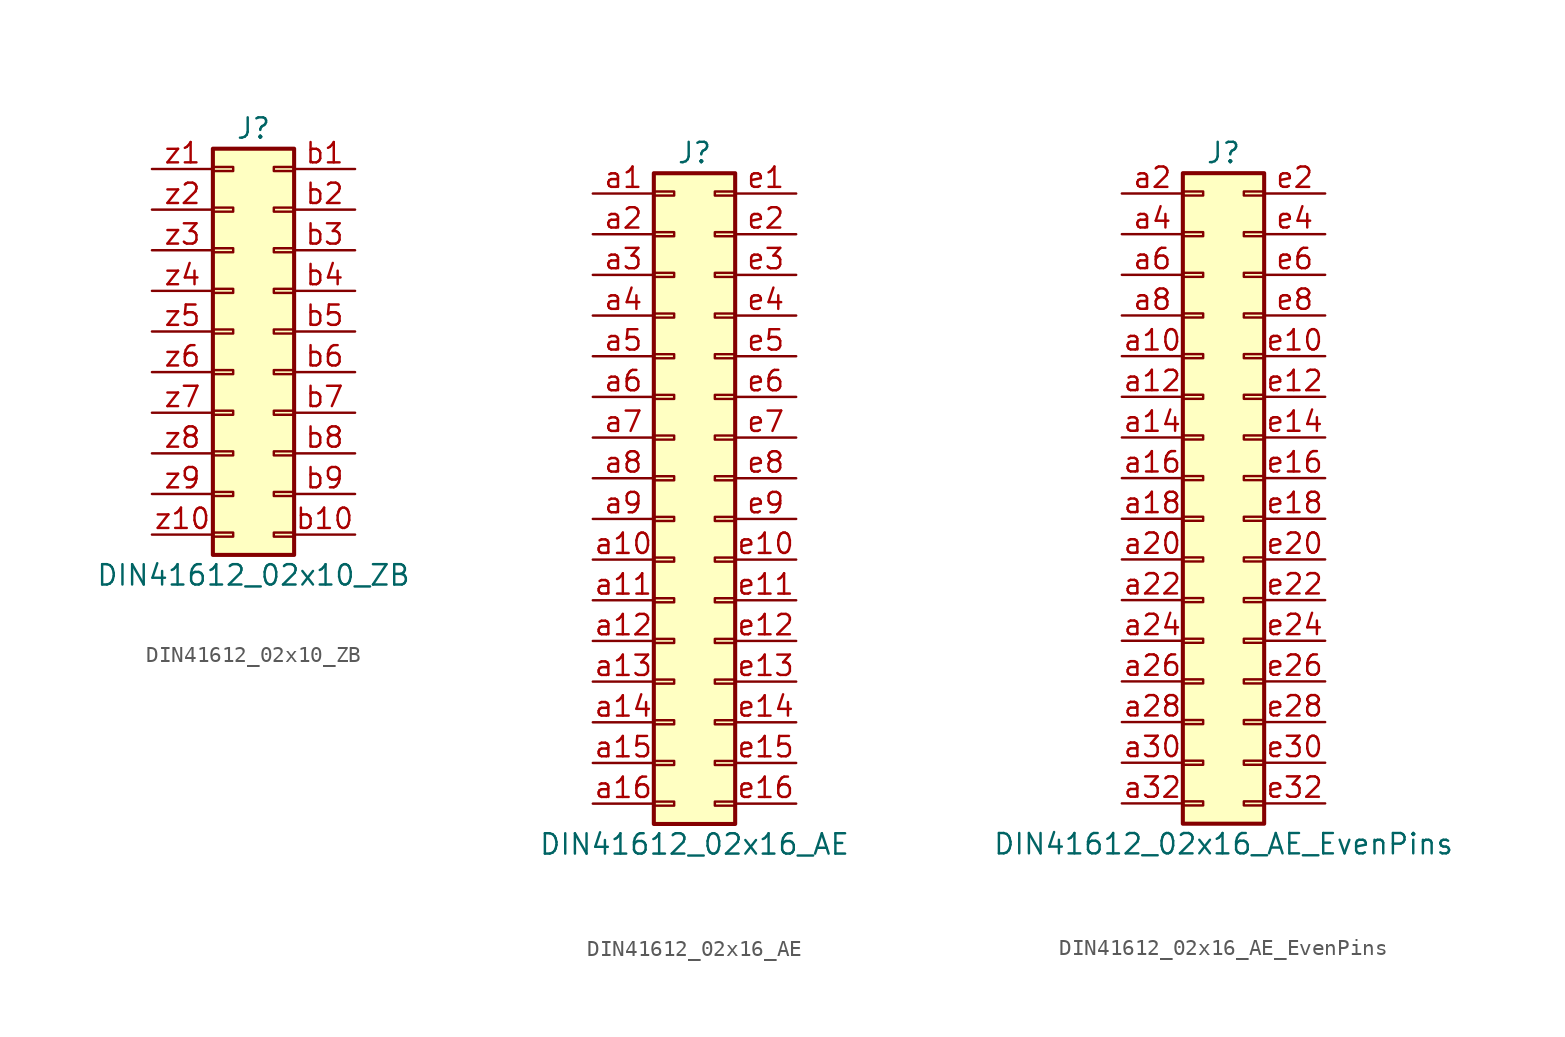
<source format=kicad_sym>
(kicad_symbol_lib
  (version 20211014)
  (generator kicad_symbol_editor)
  (symbol "DIN41612_02x10_ZB"
    (pin_names
      (offset 1.016) hide)
    (property "Reference" "J"
      (at 1.27 12.7 0)
      (effects (font (size 1.27 1.27))))
    (property "Value" "DIN41612_02x10_ZB"
      (at 1.27 -15.24 0)
      (effects (font (size 1.27 1.27))))
    (symbol "DIN41612_02x10_ZB_1_1"
      (rectangle (start -1.27 -12.573) (end 0 -12.827) (stroke (width 0.152) (type default) (color 0 0 0 0)) (fill (type none)))
      (rectangle (start -1.27 -10.033) (end 0 -10.287) (stroke (width 0.152) (type default) (color 0 0 0 0)) (fill (type none)))
      (rectangle (start -1.27 -7.493) (end 0 -7.747) (stroke (width 0.152) (type default) (color 0 0 0 0)) (fill (type none)))
      (rectangle (start -1.27 -4.953) (end 0 -5.207) (stroke (width 0.152) (type default) (color 0 0 0 0)) (fill (type none)))
      (rectangle (start -1.27 -2.413) (end 0 -2.667) (stroke (width 0.152) (type default) (color 0 0 0 0)) (fill (type none)))
      (rectangle (start -1.27 0.127) (end 0 -0.127) (stroke (width 0.152) (type default) (color 0 0 0 0)) (fill (type none)))
      (rectangle (start -1.27 2.667) (end 0 2.413) (stroke (width 0.152) (type default) (color 0 0 0 0)) (fill (type none)))
      (rectangle (start -1.27 5.207) (end 0 4.953) (stroke (width 0.152) (type default) (color 0 0 0 0)) (fill (type none)))
      (rectangle (start -1.27 7.747) (end 0 7.493) (stroke (width 0.152) (type default) (color 0 0 0 0)) (fill (type none)))
      (rectangle (start -1.27 10.287) (end 0 10.033) (stroke (width 0.152) (type default) (color 0 0 0 0)) (fill (type none)))
      (rectangle (start -1.27 11.43) (end 3.81 -13.97) (stroke (width 0.254) (type default) (color 0 0 0 0)) (fill (type background)))
      (rectangle (start 3.81 -12.573) (end 2.54 -12.827) (stroke (width 0.152) (type default) (color 0 0 0 0)) (fill (type none)))
      (rectangle (start 3.81 -10.033) (end 2.54 -10.287) (stroke (width 0.152) (type default) (color 0 0 0 0)) (fill (type none)))
      (rectangle (start 3.81 -7.493) (end 2.54 -7.747) (stroke (width 0.152) (type default) (color 0 0 0 0)) (fill (type none)))
      (rectangle (start 3.81 -4.953) (end 2.54 -5.207) (stroke (width 0.152) (type default) (color 0 0 0 0)) (fill (type none)))
      (rectangle (start 3.81 -2.413) (end 2.54 -2.667) (stroke (width 0.152) (type default) (color 0 0 0 0)) (fill (type none)))
      (rectangle (start 3.81 0.127) (end 2.54 -0.127) (stroke (width 0.152) (type default) (color 0 0 0 0)) (fill (type none)))
      (rectangle (start 3.81 2.667) (end 2.54 2.413) (stroke (width 0.152) (type default) (color 0 0 0 0)) (fill (type none)))
      (rectangle (start 3.81 5.207) (end 2.54 4.953) (stroke (width 0.152) (type default) (color 0 0 0 0)) (fill (type none)))
      (rectangle (start 3.81 7.747) (end 2.54 7.493) (stroke (width 0.152) (type default) (color 0 0 0 0)) (fill (type none)))
      (rectangle (start 3.81 10.287) (end 2.54 10.033) (stroke (width 0.152) (type default) (color 0 0 0 0)) (fill (type none)))
      (pin passive line (at 7.62 10.16 180) (length 3.81) (name "Pin_b1" (effects (font (size 1.27 1.27)))) (number "b1" (effects (font (size 1.27 1.27)))))
      (pin passive line (at 7.62 -12.7 180) (length 3.81) (name "Pin_b10" (effects (font (size 1.27 1.27)))) (number "b10" (effects (font (size 1.27 1.27)))))
      (pin passive line (at 7.62 7.62 180) (length 3.81) (name "Pin_b2" (effects (font (size 1.27 1.27)))) (number "b2" (effects (font (size 1.27 1.27)))))
      (pin passive line (at 7.62 5.08 180) (length 3.81) (name "Pin_b3" (effects (font (size 1.27 1.27)))) (number "b3" (effects (font (size 1.27 1.27)))))
      (pin passive line (at 7.62 2.54 180) (length 3.81) (name "Pin_b4" (effects (font (size 1.27 1.27)))) (number "b4" (effects (font (size 1.27 1.27)))))
      (pin passive line (at 7.62 0 180) (length 3.81) (name "Pin_b5" (effects (font (size 1.27 1.27)))) (number "b5" (effects (font (size 1.27 1.27)))))
      (pin passive line (at 7.62 -2.54 180) (length 3.81) (name "Pin_b6" (effects (font (size 1.27 1.27)))) (number "b6" (effects (font (size 1.27 1.27)))))
      (pin passive line (at 7.62 -5.08 180) (length 3.81) (name "Pin_b7" (effects (font (size 1.27 1.27)))) (number "b7" (effects (font (size 1.27 1.27)))))
      (pin passive line (at 7.62 -7.62 180) (length 3.81) (name "Pin_b8" (effects (font (size 1.27 1.27)))) (number "b8" (effects (font (size 1.27 1.27)))))
      (pin passive line (at 7.62 -10.16 180) (length 3.81) (name "Pin_b9" (effects (font (size 1.27 1.27)))) (number "b9" (effects (font (size 1.27 1.27)))))
      (pin passive line (at -5.08 10.16 0) (length 3.81) (name "Pin_z1" (effects (font (size 1.27 1.27)))) (number "z1" (effects (font (size 1.27 1.27)))))
      (pin passive line (at -5.08 -12.7 0) (length 3.81) (name "Pin_z10" (effects (font (size 1.27 1.27)))) (number "z10" (effects (font (size 1.27 1.27)))))
      (pin passive line (at -5.08 7.62 0) (length 3.81) (name "Pin_z2" (effects (font (size 1.27 1.27)))) (number "z2" (effects (font (size 1.27 1.27)))))
      (pin passive line (at -5.08 5.08 0) (length 3.81) (name "Pin_z3" (effects (font (size 1.27 1.27)))) (number "z3" (effects (font (size 1.27 1.27)))))
      (pin passive line (at -5.08 2.54 0) (length 3.81) (name "Pin_z4" (effects (font (size 1.27 1.27)))) (number "z4" (effects (font (size 1.27 1.27)))))
      (pin passive line (at -5.08 0 0) (length 3.81) (name "Pin_z5" (effects (font (size 1.27 1.27)))) (number "z5" (effects (font (size 1.27 1.27)))))
      (pin passive line (at -5.08 -2.54 0) (length 3.81) (name "Pin_z6" (effects (font (size 1.27 1.27)))) (number "z6" (effects (font (size 1.27 1.27)))))
      (pin passive line (at -5.08 -5.08 0) (length 3.81) (name "Pin_z7" (effects (font (size 1.27 1.27)))) (number "z7" (effects (font (size 1.27 1.27)))))
      (pin passive line (at -5.08 -7.62 0) (length 3.81) (name "Pin_z8" (effects (font (size 1.27 1.27)))) (number "z8" (effects (font (size 1.27 1.27)))))
      (pin passive line (at -5.08 -10.16 0) (length 3.81) (name "Pin_z9" (effects (font (size 1.27 1.27)))) (number "z9" (effects (font (size 1.27 1.27)))))))
  (symbol "DIN41612_02x16_AE"
    (pin_names
      (offset 1.016) hide)
    (property "Reference" "J"
      (at 1.27 20.32 0)
      (effects (font (size 1.27 1.27))))
    (property "Value" "DIN41612_02x16_AE"
      (at 1.27 -22.86 0)
      (effects (font (size 1.27 1.27))))
    (symbol "DIN41612_02x16_AE_1_1"
      (rectangle (start -1.27 -20.193) (end 0 -20.447) (stroke (width 0.152) (type default) (color 0 0 0 0)) (fill (type none)))
      (rectangle (start -1.27 -17.653) (end 0 -17.907) (stroke (width 0.152) (type default) (color 0 0 0 0)) (fill (type none)))
      (rectangle (start -1.27 -15.113) (end 0 -15.367) (stroke (width 0.152) (type default) (color 0 0 0 0)) (fill (type none)))
      (rectangle (start -1.27 -12.573) (end 0 -12.827) (stroke (width 0.152) (type default) (color 0 0 0 0)) (fill (type none)))
      (rectangle (start -1.27 -10.033) (end 0 -10.287) (stroke (width 0.152) (type default) (color 0 0 0 0)) (fill (type none)))
      (rectangle (start -1.27 -7.493) (end 0 -7.747) (stroke (width 0.152) (type default) (color 0 0 0 0)) (fill (type none)))
      (rectangle (start -1.27 -4.953) (end 0 -5.207) (stroke (width 0.152) (type default) (color 0 0 0 0)) (fill (type none)))
      (rectangle (start -1.27 -2.413) (end 0 -2.667) (stroke (width 0.152) (type default) (color 0 0 0 0)) (fill (type none)))
      (rectangle (start -1.27 0.127) (end 0 -0.127) (stroke (width 0.152) (type default) (color 0 0 0 0)) (fill (type none)))
      (rectangle (start -1.27 2.667) (end 0 2.413) (stroke (width 0.152) (type default) (color 0 0 0 0)) (fill (type none)))
      (rectangle (start -1.27 5.207) (end 0 4.953) (stroke (width 0.152) (type default) (color 0 0 0 0)) (fill (type none)))
      (rectangle (start -1.27 7.747) (end 0 7.493) (stroke (width 0.152) (type default) (color 0 0 0 0)) (fill (type none)))
      (rectangle (start -1.27 10.287) (end 0 10.033) (stroke (width 0.152) (type default) (color 0 0 0 0)) (fill (type none)))
      (rectangle (start -1.27 12.827) (end 0 12.573) (stroke (width 0.152) (type default) (color 0 0 0 0)) (fill (type none)))
      (rectangle (start -1.27 15.367) (end 0 15.113) (stroke (width 0.152) (type default) (color 0 0 0 0)) (fill (type none)))
      (rectangle (start -1.27 17.907) (end 0 17.653) (stroke (width 0.152) (type default) (color 0 0 0 0)) (fill (type none)))
      (rectangle (start -1.27 19.05) (end 3.81 -21.59) (stroke (width 0.254) (type default) (color 0 0 0 0)) (fill (type background)))
      (rectangle (start 3.81 -20.193) (end 2.54 -20.447) (stroke (width 0.152) (type default) (color 0 0 0 0)) (fill (type none)))
      (rectangle (start 3.81 -17.653) (end 2.54 -17.907) (stroke (width 0.152) (type default) (color 0 0 0 0)) (fill (type none)))
      (rectangle (start 3.81 -15.113) (end 2.54 -15.367) (stroke (width 0.152) (type default) (color 0 0 0 0)) (fill (type none)))
      (rectangle (start 3.81 -12.573) (end 2.54 -12.827) (stroke (width 0.152) (type default) (color 0 0 0 0)) (fill (type none)))
      (rectangle (start 3.81 -10.033) (end 2.54 -10.287) (stroke (width 0.152) (type default) (color 0 0 0 0)) (fill (type none)))
      (rectangle (start 3.81 -7.493) (end 2.54 -7.747) (stroke (width 0.152) (type default) (color 0 0 0 0)) (fill (type none)))
      (rectangle (start 3.81 -4.953) (end 2.54 -5.207) (stroke (width 0.152) (type default) (color 0 0 0 0)) (fill (type none)))
      (rectangle (start 3.81 -2.413) (end 2.54 -2.667) (stroke (width 0.152) (type default) (color 0 0 0 0)) (fill (type none)))
      (rectangle (start 3.81 0.127) (end 2.54 -0.127) (stroke (width 0.152) (type default) (color 0 0 0 0)) (fill (type none)))
      (rectangle (start 3.81 2.667) (end 2.54 2.413) (stroke (width 0.152) (type default) (color 0 0 0 0)) (fill (type none)))
      (rectangle (start 3.81 5.207) (end 2.54 4.953) (stroke (width 0.152) (type default) (color 0 0 0 0)) (fill (type none)))
      (rectangle (start 3.81 7.747) (end 2.54 7.493) (stroke (width 0.152) (type default) (color 0 0 0 0)) (fill (type none)))
      (rectangle (start 3.81 10.287) (end 2.54 10.033) (stroke (width 0.152) (type default) (color 0 0 0 0)) (fill (type none)))
      (rectangle (start 3.81 12.827) (end 2.54 12.573) (stroke (width 0.152) (type default) (color 0 0 0 0)) (fill (type none)))
      (rectangle (start 3.81 15.367) (end 2.54 15.113) (stroke (width 0.152) (type default) (color 0 0 0 0)) (fill (type none)))
      (rectangle (start 3.81 17.907) (end 2.54 17.653) (stroke (width 0.152) (type default) (color 0 0 0 0)) (fill (type none)))
      (pin passive line (at -5.08 17.78 0) (length 3.81) (name "Pin_a1" (effects (font (size 1.27 1.27)))) (number "a1" (effects (font (size 1.27 1.27)))))
      (pin passive line (at -5.08 -5.08 0) (length 3.81) (name "Pin_a10" (effects (font (size 1.27 1.27)))) (number "a10" (effects (font (size 1.27 1.27)))))
      (pin passive line (at -5.08 -7.62 0) (length 3.81) (name "Pin_a11" (effects (font (size 1.27 1.27)))) (number "a11" (effects (font (size 1.27 1.27)))))
      (pin passive line (at -5.08 -10.16 0) (length 3.81) (name "Pin_a12" (effects (font (size 1.27 1.27)))) (number "a12" (effects (font (size 1.27 1.27)))))
      (pin passive line (at -5.08 -12.7 0) (length 3.81) (name "Pin_a13" (effects (font (size 1.27 1.27)))) (number "a13" (effects (font (size 1.27 1.27)))))
      (pin passive line (at -5.08 -15.24 0) (length 3.81) (name "Pin_a14" (effects (font (size 1.27 1.27)))) (number "a14" (effects (font (size 1.27 1.27)))))
      (pin passive line (at -5.08 -17.78 0) (length 3.81) (name "Pin_a15" (effects (font (size 1.27 1.27)))) (number "a15" (effects (font (size 1.27 1.27)))))
      (pin passive line (at -5.08 -20.32 0) (length 3.81) (name "Pin_a16" (effects (font (size 1.27 1.27)))) (number "a16" (effects (font (size 1.27 1.27)))))
      (pin passive line (at -5.08 15.24 0) (length 3.81) (name "Pin_a2" (effects (font (size 1.27 1.27)))) (number "a2" (effects (font (size 1.27 1.27)))))
      (pin passive line (at -5.08 12.7 0) (length 3.81) (name "Pin_a3" (effects (font (size 1.27 1.27)))) (number "a3" (effects (font (size 1.27 1.27)))))
      (pin passive line (at -5.08 10.16 0) (length 3.81) (name "Pin_a4" (effects (font (size 1.27 1.27)))) (number "a4" (effects (font (size 1.27 1.27)))))
      (pin passive line (at -5.08 7.62 0) (length 3.81) (name "Pin_a5" (effects (font (size 1.27 1.27)))) (number "a5" (effects (font (size 1.27 1.27)))))
      (pin passive line (at -5.08 5.08 0) (length 3.81) (name "Pin_a6" (effects (font (size 1.27 1.27)))) (number "a6" (effects (font (size 1.27 1.27)))))
      (pin passive line (at -5.08 2.54 0) (length 3.81) (name "Pin_a7" (effects (font (size 1.27 1.27)))) (number "a7" (effects (font (size 1.27 1.27)))))
      (pin passive line (at -5.08 0 0) (length 3.81) (name "Pin_a8" (effects (font (size 1.27 1.27)))) (number "a8" (effects (font (size 1.27 1.27)))))
      (pin passive line (at -5.08 -2.54 0) (length 3.81) (name "Pin_a9" (effects (font (size 1.27 1.27)))) (number "a9" (effects (font (size 1.27 1.27)))))
      (pin passive line (at 7.62 17.78 180) (length 3.81) (name "Pin_e1" (effects (font (size 1.27 1.27)))) (number "e1" (effects (font (size 1.27 1.27)))))
      (pin passive line (at 7.62 -5.08 180) (length 3.81) (name "Pin_e10" (effects (font (size 1.27 1.27)))) (number "e10" (effects (font (size 1.27 1.27)))))
      (pin passive line (at 7.62 -7.62 180) (length 3.81) (name "Pin_e11" (effects (font (size 1.27 1.27)))) (number "e11" (effects (font (size 1.27 1.27)))))
      (pin passive line (at 7.62 -10.16 180) (length 3.81) (name "Pin_e12" (effects (font (size 1.27 1.27)))) (number "e12" (effects (font (size 1.27 1.27)))))
      (pin passive line (at 7.62 -12.7 180) (length 3.81) (name "Pin_e13" (effects (font (size 1.27 1.27)))) (number "e13" (effects (font (size 1.27 1.27)))))
      (pin passive line (at 7.62 -15.24 180) (length 3.81) (name "Pin_e14" (effects (font (size 1.27 1.27)))) (number "e14" (effects (font (size 1.27 1.27)))))
      (pin passive line (at 7.62 -17.78 180) (length 3.81) (name "Pin_e15" (effects (font (size 1.27 1.27)))) (number "e15" (effects (font (size 1.27 1.27)))))
      (pin passive line (at 7.62 -20.32 180) (length 3.81) (name "Pin_e16" (effects (font (size 1.27 1.27)))) (number "e16" (effects (font (size 1.27 1.27)))))
      (pin passive line (at 7.62 15.24 180) (length 3.81) (name "Pin_e2" (effects (font (size 1.27 1.27)))) (number "e2" (effects (font (size 1.27 1.27)))))
      (pin passive line (at 7.62 12.7 180) (length 3.81) (name "Pin_e3" (effects (font (size 1.27 1.27)))) (number "e3" (effects (font (size 1.27 1.27)))))
      (pin passive line (at 7.62 10.16 180) (length 3.81) (name "Pin_e4" (effects (font (size 1.27 1.27)))) (number "e4" (effects (font (size 1.27 1.27)))))
      (pin passive line (at 7.62 7.62 180) (length 3.81) (name "Pin_e5" (effects (font (size 1.27 1.27)))) (number "e5" (effects (font (size 1.27 1.27)))))
      (pin passive line (at 7.62 5.08 180) (length 3.81) (name "Pin_e6" (effects (font (size 1.27 1.27)))) (number "e6" (effects (font (size 1.27 1.27)))))
      (pin passive line (at 7.62 2.54 180) (length 3.81) (name "Pin_e7" (effects (font (size 1.27 1.27)))) (number "e7" (effects (font (size 1.27 1.27)))))
      (pin passive line (at 7.62 0 180) (length 3.81) (name "Pin_e8" (effects (font (size 1.27 1.27)))) (number "e8" (effects (font (size 1.27 1.27)))))
      (pin passive line (at 7.62 -2.54 180) (length 3.81) (name "Pin_e9" (effects (font (size 1.27 1.27)))) (number "e9" (effects (font (size 1.27 1.27)))))))
  (symbol "DIN41612_02x16_AE_EvenPins"
    (pin_names
      (offset 1.016) hide)
    (property "Reference" "J"
      (at 1.27 20.32 0)
      (effects (font (size 1.27 1.27))))
    (property "Value" "DIN41612_02x16_AE_EvenPins"
      (at 1.27 -22.86 0)
      (effects (font (size 1.27 1.27))))
    (symbol "DIN41612_02x16_AE_EvenPins_1_1"
      (rectangle (start -1.27 -20.193) (end 0 -20.447) (stroke (width 0.152) (type default) (color 0 0 0 0)) (fill (type none)))
      (rectangle (start -1.27 -17.653) (end 0 -17.907) (stroke (width 0.152) (type default) (color 0 0 0 0)) (fill (type none)))
      (rectangle (start -1.27 -15.113) (end 0 -15.367) (stroke (width 0.152) (type default) (color 0 0 0 0)) (fill (type none)))
      (rectangle (start -1.27 -12.573) (end 0 -12.827) (stroke (width 0.152) (type default) (color 0 0 0 0)) (fill (type none)))
      (rectangle (start -1.27 -10.033) (end 0 -10.287) (stroke (width 0.152) (type default) (color 0 0 0 0)) (fill (type none)))
      (rectangle (start -1.27 -7.493) (end 0 -7.747) (stroke (width 0.152) (type default) (color 0 0 0 0)) (fill (type none)))
      (rectangle (start -1.27 -4.953) (end 0 -5.207) (stroke (width 0.152) (type default) (color 0 0 0 0)) (fill (type none)))
      (rectangle (start -1.27 -2.413) (end 0 -2.667) (stroke (width 0.152) (type default) (color 0 0 0 0)) (fill (type none)))
      (rectangle (start -1.27 0.127) (end 0 -0.127) (stroke (width 0.152) (type default) (color 0 0 0 0)) (fill (type none)))
      (rectangle (start -1.27 2.667) (end 0 2.413) (stroke (width 0.152) (type default) (color 0 0 0 0)) (fill (type none)))
      (rectangle (start -1.27 5.207) (end 0 4.953) (stroke (width 0.152) (type default) (color 0 0 0 0)) (fill (type none)))
      (rectangle (start -1.27 7.747) (end 0 7.493) (stroke (width 0.152) (type default) (color 0 0 0 0)) (fill (type none)))
      (rectangle (start -1.27 10.287) (end 0 10.033) (stroke (width 0.152) (type default) (color 0 0 0 0)) (fill (type none)))
      (rectangle (start -1.27 12.827) (end 0 12.573) (stroke (width 0.152) (type default) (color 0 0 0 0)) (fill (type none)))
      (rectangle (start -1.27 15.367) (end 0 15.113) (stroke (width 0.152) (type default) (color 0 0 0 0)) (fill (type none)))
      (rectangle (start -1.27 17.907) (end 0 17.653) (stroke (width 0.152) (type default) (color 0 0 0 0)) (fill (type none)))
      (rectangle (start -1.27 19.05) (end 3.81 -21.59) (stroke (width 0.254) (type default) (color 0 0 0 0)) (fill (type background)))
      (rectangle (start 3.81 -20.193) (end 2.54 -20.447) (stroke (width 0.152) (type default) (color 0 0 0 0)) (fill (type none)))
      (rectangle (start 3.81 -17.653) (end 2.54 -17.907) (stroke (width 0.152) (type default) (color 0 0 0 0)) (fill (type none)))
      (rectangle (start 3.81 -15.113) (end 2.54 -15.367) (stroke (width 0.152) (type default) (color 0 0 0 0)) (fill (type none)))
      (rectangle (start 3.81 -12.573) (end 2.54 -12.827) (stroke (width 0.152) (type default) (color 0 0 0 0)) (fill (type none)))
      (rectangle (start 3.81 -10.033) (end 2.54 -10.287) (stroke (width 0.152) (type default) (color 0 0 0 0)) (fill (type none)))
      (rectangle (start 3.81 -7.493) (end 2.54 -7.747) (stroke (width 0.152) (type default) (color 0 0 0 0)) (fill (type none)))
      (rectangle (start 3.81 -4.953) (end 2.54 -5.207) (stroke (width 0.152) (type default) (color 0 0 0 0)) (fill (type none)))
      (rectangle (start 3.81 -2.413) (end 2.54 -2.667) (stroke (width 0.152) (type default) (color 0 0 0 0)) (fill (type none)))
      (rectangle (start 3.81 0.127) (end 2.54 -0.127) (stroke (width 0.152) (type default) (color 0 0 0 0)) (fill (type none)))
      (rectangle (start 3.81 2.667) (end 2.54 2.413) (stroke (width 0.152) (type default) (color 0 0 0 0)) (fill (type none)))
      (rectangle (start 3.81 5.207) (end 2.54 4.953) (stroke (width 0.152) (type default) (color 0 0 0 0)) (fill (type none)))
      (rectangle (start 3.81 7.747) (end 2.54 7.493) (stroke (width 0.152) (type default) (color 0 0 0 0)) (fill (type none)))
      (rectangle (start 3.81 10.287) (end 2.54 10.033) (stroke (width 0.152) (type default) (color 0 0 0 0)) (fill (type none)))
      (rectangle (start 3.81 12.827) (end 2.54 12.573) (stroke (width 0.152) (type default) (color 0 0 0 0)) (fill (type none)))
      (rectangle (start 3.81 15.367) (end 2.54 15.113) (stroke (width 0.152) (type default) (color 0 0 0 0)) (fill (type none)))
      (rectangle (start 3.81 17.907) (end 2.54 17.653) (stroke (width 0.152) (type default) (color 0 0 0 0)) (fill (type none)))
      (pin passive line (at -5.08 7.62 0) (length 3.81) (name "Pin_a10" (effects (font (size 1.27 1.27)))) (number "a10" (effects (font (size 1.27 1.27)))))
      (pin passive line (at -5.08 5.08 0) (length 3.81) (name "Pin_a12" (effects (font (size 1.27 1.27)))) (number "a12" (effects (font (size 1.27 1.27)))))
      (pin passive line (at -5.08 2.54 0) (length 3.81) (name "Pin_a14" (effects (font (size 1.27 1.27)))) (number "a14" (effects (font (size 1.27 1.27)))))
      (pin passive line (at -5.08 0 0) (length 3.81) (name "Pin_a16" (effects (font (size 1.27 1.27)))) (number "a16" (effects (font (size 1.27 1.27)))))
      (pin passive line (at -5.08 -2.54 0) (length 3.81) (name "Pin_a18" (effects (font (size 1.27 1.27)))) (number "a18" (effects (font (size 1.27 1.27)))))
      (pin passive line (at -5.08 17.78 0) (length 3.81) (name "Pin_a2" (effects (font (size 1.27 1.27)))) (number "a2" (effects (font (size 1.27 1.27)))))
      (pin passive line (at -5.08 -5.08 0) (length 3.81) (name "Pin_a20" (effects (font (size 1.27 1.27)))) (number "a20" (effects (font (size 1.27 1.27)))))
      (pin passive line (at -5.08 -7.62 0) (length 3.81) (name "Pin_a22" (effects (font (size 1.27 1.27)))) (number "a22" (effects (font (size 1.27 1.27)))))
      (pin passive line (at -5.08 -10.16 0) (length 3.81) (name "Pin_a24" (effects (font (size 1.27 1.27)))) (number "a24" (effects (font (size 1.27 1.27)))))
      (pin passive line (at -5.08 -12.7 0) (length 3.81) (name "Pin_a26" (effects (font (size 1.27 1.27)))) (number "a26" (effects (font (size 1.27 1.27)))))
      (pin passive line (at -5.08 -15.24 0) (length 3.81) (name "Pin_a28" (effects (font (size 1.27 1.27)))) (number "a28" (effects (font (size 1.27 1.27)))))
      (pin passive line (at -5.08 -17.78 0) (length 3.81) (name "Pin_a30" (effects (font (size 1.27 1.27)))) (number "a30" (effects (font (size 1.27 1.27)))))
      (pin passive line (at -5.08 -20.32 0) (length 3.81) (name "Pin_a32" (effects (font (size 1.27 1.27)))) (number "a32" (effects (font (size 1.27 1.27)))))
      (pin passive line (at -5.08 15.24 0) (length 3.81) (name "Pin_a4" (effects (font (size 1.27 1.27)))) (number "a4" (effects (font (size 1.27 1.27)))))
      (pin passive line (at -5.08 12.7 0) (length 3.81) (name "Pin_a6" (effects (font (size 1.27 1.27)))) (number "a6" (effects (font (size 1.27 1.27)))))
      (pin passive line (at -5.08 10.16 0) (length 3.81) (name "Pin_a8" (effects (font (size 1.27 1.27)))) (number "a8" (effects (font (size 1.27 1.27)))))
      (pin passive line (at 7.62 7.62 180) (length 3.81) (name "Pin_e10" (effects (font (size 1.27 1.27)))) (number "e10" (effects (font (size 1.27 1.27)))))
      (pin passive line (at 7.62 5.08 180) (length 3.81) (name "Pin_e12" (effects (font (size 1.27 1.27)))) (number "e12" (effects (font (size 1.27 1.27)))))
      (pin passive line (at 7.62 2.54 180) (length 3.81) (name "Pin_e14" (effects (font (size 1.27 1.27)))) (number "e14" (effects (font (size 1.27 1.27)))))
      (pin passive line (at 7.62 0 180) (length 3.81) (name "Pin_e16" (effects (font (size 1.27 1.27)))) (number "e16" (effects (font (size 1.27 1.27)))))
      (pin passive line (at 7.62 -2.54 180) (length 3.81) (name "Pin_e18" (effects (font (size 1.27 1.27)))) (number "e18" (effects (font (size 1.27 1.27)))))
      (pin passive line (at 7.62 17.78 180) (length 3.81) (name "Pin_e2" (effects (font (size 1.27 1.27)))) (number "e2" (effects (font (size 1.27 1.27)))))
      (pin passive line (at 7.62 -5.08 180) (length 3.81) (name "Pin_e20" (effects (font (size 1.27 1.27)))) (number "e20" (effects (font (size 1.27 1.27)))))
      (pin passive line (at 7.62 -7.62 180) (length 3.81) (name "Pin_e22" (effects (font (size 1.27 1.27)))) (number "e22" (effects (font (size 1.27 1.27)))))
      (pin passive line (at 7.62 -10.16 180) (length 3.81) (name "Pin_e24" (effects (font (size 1.27 1.27)))) (number "e24" (effects (font (size 1.27 1.27)))))
      (pin passive line (at 7.62 -12.7 180) (length 3.81) (name "Pin_e26" (effects (font (size 1.27 1.27)))) (number "e26" (effects (font (size 1.27 1.27)))))
      (pin passive line (at 7.62 -15.24 180) (length 3.81) (name "Pin_e28" (effects (font (size 1.27 1.27)))) (number "e28" (effects (font (size 1.27 1.27)))))
      (pin passive line (at 7.62 -17.78 180) (length 3.81) (name "Pin_e30" (effects (font (size 1.27 1.27)))) (number "e30" (effects (font (size 1.27 1.27)))))
      (pin passive line (at 7.62 -20.32 180) (length 3.81) (name "Pin_e32" (effects (font (size 1.27 1.27)))) (number "e32" (effects (font (size 1.27 1.27)))))
      (pin passive line (at 7.62 15.24 180) (length 3.81) (name "Pin_e4" (effects (font (size 1.27 1.27)))) (number "e4" (effects (font (size 1.27 1.27)))))
      (pin passive line (at 7.62 12.7 180) (length 3.81) (name "Pin_e6" (effects (font (size 1.27 1.27)))) (number "e6" (effects (font (size 1.27 1.27)))))
      (pin passive line (at 7.62 10.16 180) (length 3.81) (name "Pin_e8" (effects (font (size 1.27 1.27)))) (number "e8" (effects (font (size 1.27 1.27))))))))
</source>
